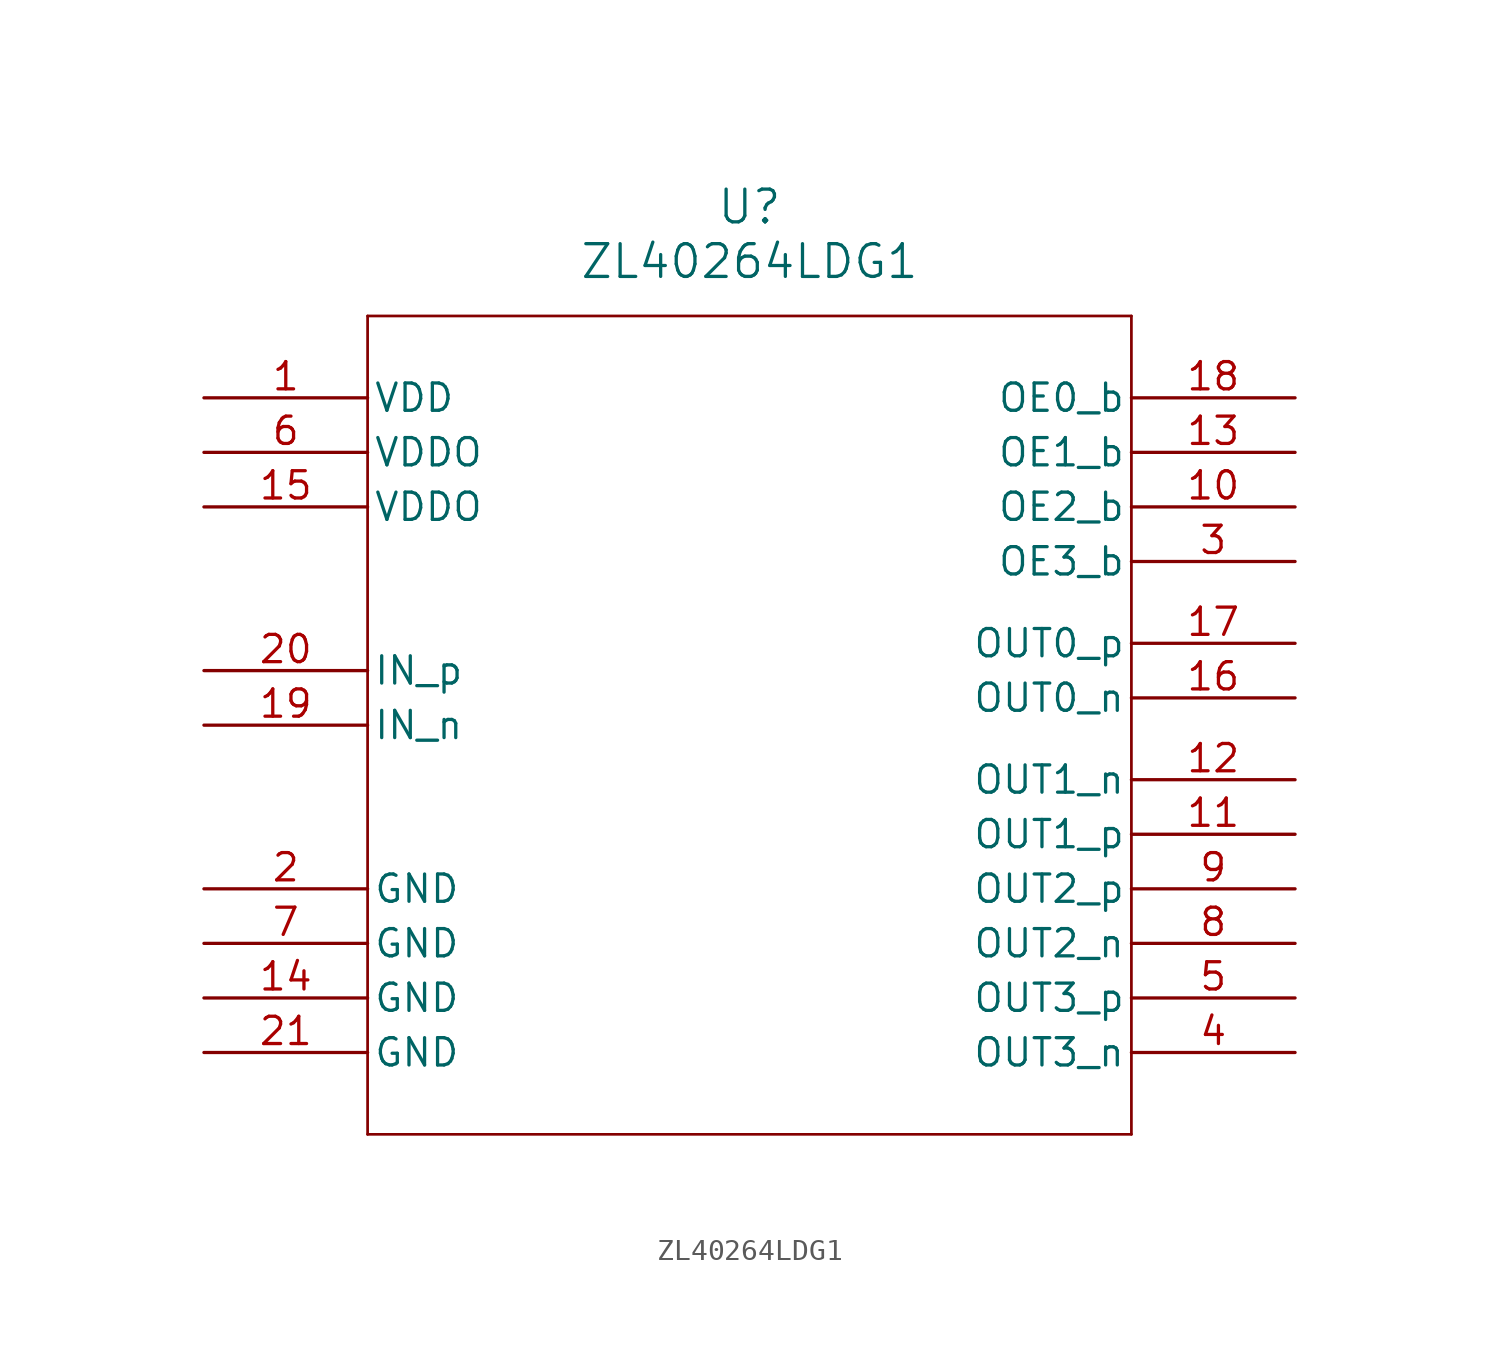
<source format=kicad_sym>
(kicad_symbol_lib
  (version 20241209)
  (generator "kicad_symbol_editor")
  (generator_version "9.0")
  (symbol "ZL40264LDG1"
    (pin_names
      (offset 0.254))
    (property "Reference" "U"
      (at 25.4 10.16 0)
      (effects (font (size 1.524 1.524))))
    (property "Value" "ZL40264LDG1"
      (at 25.4 7.62 0)
      (effects (font (size 1.524 1.524))))
    (property "ki_locked" ""
      (at 0 0 0)
      (effects (font (size 1.27 1.27))))
    (symbol "ZL40264LDG1_0_1"
      (polyline (pts (xy 7.62 5.08) (xy 7.62 -33.02)) (stroke (width 0.127) (type default)) (fill (type none)))
      (polyline (pts (xy 7.62 -33.02) (xy 43.18 -33.02)) (stroke (width 0.127) (type default)) (fill (type none)))
      (polyline (pts (xy 43.18 5.08) (xy 7.62 5.08)) (stroke (width 0.127) (type default)) (fill (type none)))
      (polyline (pts (xy 43.18 -33.02) (xy 43.18 5.08)) (stroke (width 0.127) (type default)) (fill (type none)))
      (pin power_in line (at 0 1.27 0) (length 7.62) (name "VDD" (effects (font (size 1.27 1.27)))) (number "1" (effects (font (size 1.27 1.27)))))
      (pin power_in line (at 0 -1.27 0) (length 7.62) (name "VDDO" (effects (font (size 1.27 1.27)))) (number "6" (effects (font (size 1.27 1.27)))))
      (pin input line (at 0 -11.43 0) (length 7.62) (name "IN_p" (effects (font (size 1.27 1.27)))) (number "20" (effects (font (size 1.27 1.27)))))
      (pin input line (at 0 -13.97 0) (length 7.62) (name "IN_n" (effects (font (size 1.27 1.27)))) (number "19" (effects (font (size 1.27 1.27)))))
      (pin power_out line (at 0 -21.59 0) (length 7.62) (name "GND" (effects (font (size 1.27 1.27)))) (number "2" (effects (font (size 1.27 1.27)))))
      (pin power_out line (at 0 -24.13 0) (length 7.62) (name "GND" (effects (font (size 1.27 1.27)))) (number "7" (effects (font (size 1.27 1.27)))))
      (pin power_out line (at 0 -26.67 0) (length 7.62) (name "GND" (effects (font (size 1.27 1.27)))) (number "14" (effects (font (size 1.27 1.27)))))
      (pin power_out line (at 0 -29.21 0) (length 7.62) (name "GND" (effects (font (size 1.27 1.27)))) (number "21" (effects (font (size 1.27 1.27)))))
      (pin bidirectional line (at 50.8 1.27 180) (length 7.62) (name "OE0_b" (effects (font (size 1.27 1.27)))) (number "18" (effects (font (size 1.27 1.27)))))
      (pin bidirectional line (at 50.8 -3.81 180) (length 7.62) (name "OE2_b" (effects (font (size 1.27 1.27)))) (number "10" (effects (font (size 1.27 1.27)))))
      (pin bidirectional line (at 50.8 -6.35 180) (length 7.62) (name "OE3_b" (effects (font (size 1.27 1.27)))) (number "3" (effects (font (size 1.27 1.27)))))
      (pin output line (at 50.8 -10.16 180) (length 7.62) (name "OUT0_p" (effects (font (size 1.27 1.27)))) (number "17" (effects (font (size 1.27 1.27)))))
      (pin output line (at 50.8 -12.7 180) (length 7.62) (name "OUT0_n" (effects (font (size 1.27 1.27)))) (number "16" (effects (font (size 1.27 1.27)))))
      (pin output line (at 50.8 -21.59 180) (length 7.62) (name "OUT2_p" (effects (font (size 1.27 1.27)))) (number "9" (effects (font (size 1.27 1.27)))))
      (pin output line (at 50.8 -24.13 180) (length 7.62) (name "OUT2_n" (effects (font (size 1.27 1.27)))) (number "8" (effects (font (size 1.27 1.27)))))
      (pin output line (at 50.8 -26.67 180) (length 7.62) (name "OUT3_p" (effects (font (size 1.27 1.27)))) (number "5" (effects (font (size 1.27 1.27)))))
      (pin output line (at 50.8 -29.21 180) (length 7.62) (name "OUT3_n" (effects (font (size 1.27 1.27)))) (number "4" (effects (font (size 1.27 1.27))))))
    (symbol "ZL40264LDG1_1_1"
      (pin power_in line (at 0 -3.81 0) (length 7.62) (name "VDDO" (effects (font (size 1.27 1.27)))) (number "15" (effects (font (size 1.27 1.27)))))
      (pin bidirectional line (at 50.8 -1.27 180) (length 7.62) (name "OE1_b" (effects (font (size 1.27 1.27)))) (number "13" (effects (font (size 1.27 1.27)))))
      (pin output line (at 50.8 -16.51 180) (length 7.62) (name "OUT1_n" (effects (font (size 1.27 1.27)))) (number "12" (effects (font (size 1.27 1.27)))))
      (pin output line (at 50.8 -19.05 180) (length 7.62) (name "OUT1_p" (effects (font (size 1.27 1.27)))) (number "11" (effects (font (size 1.27 1.27))))))))
</source>
